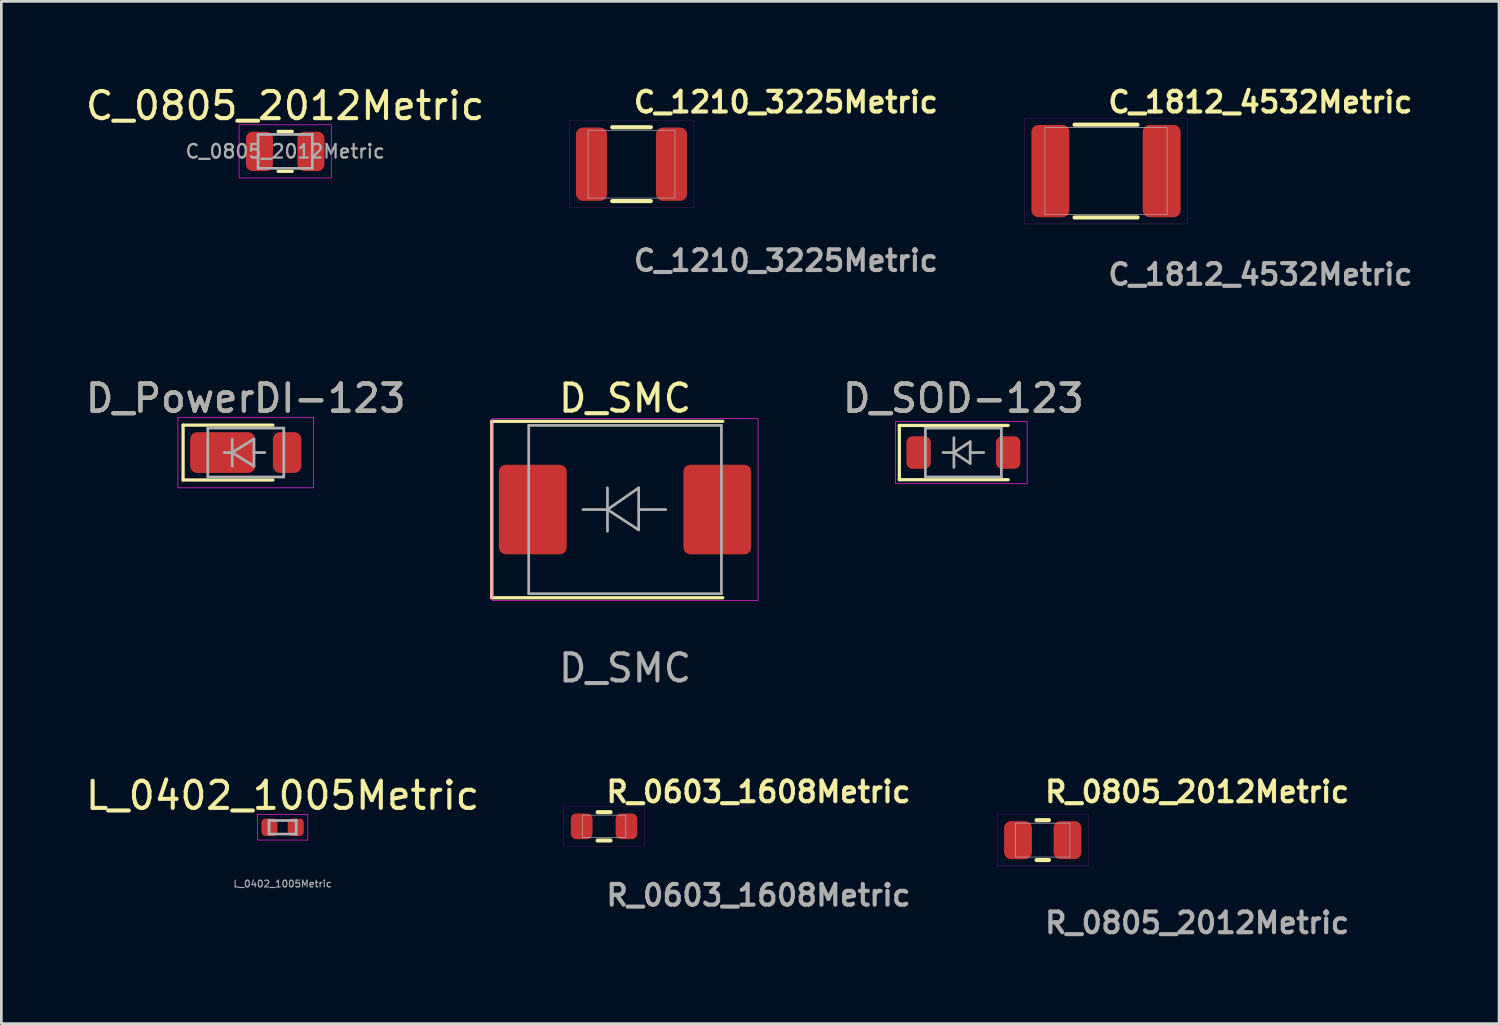
<source format=kicad_pcb>
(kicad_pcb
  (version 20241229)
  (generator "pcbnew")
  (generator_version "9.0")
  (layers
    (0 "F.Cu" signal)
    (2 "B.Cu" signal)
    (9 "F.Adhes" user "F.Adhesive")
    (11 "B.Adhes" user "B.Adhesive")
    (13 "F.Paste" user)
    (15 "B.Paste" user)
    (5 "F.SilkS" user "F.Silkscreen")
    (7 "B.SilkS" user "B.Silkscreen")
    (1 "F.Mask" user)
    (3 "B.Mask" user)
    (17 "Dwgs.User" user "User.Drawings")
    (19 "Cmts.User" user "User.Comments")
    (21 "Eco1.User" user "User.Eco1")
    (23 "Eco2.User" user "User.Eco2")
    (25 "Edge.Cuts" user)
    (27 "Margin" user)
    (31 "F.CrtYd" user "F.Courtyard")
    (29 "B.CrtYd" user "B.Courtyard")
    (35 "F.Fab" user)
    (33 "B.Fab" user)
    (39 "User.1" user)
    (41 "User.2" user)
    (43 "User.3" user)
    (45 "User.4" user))
  (footprint "D_SOD-123"
    (layer "F.Cu")
    (at 32.448 13.625)
    (property "Reference" "D_SOD-123" (at 0 -2 0) (layer "F.SilkS") (effects (font (size 1 1) (thickness 0.15))))
    (attr smd)
    (fp_line (start -2.36 -1) (end -2.36 1) (stroke (width 0.12) (type solid)) (layer "F.SilkS"))
    (fp_line (start -2.36 -1) (end 1.65 -1) (stroke (width 0.12) (type solid)) (layer "F.SilkS"))
    (fp_line (start -2.36 1) (end 1.65 1) (stroke (width 0.12) (type solid)) (layer "F.SilkS"))
    (fp_poly (pts (xy -2.5 -1.15) (xy 2.35 -1.15) (xy 2.35 1.15) (xy -2.5 1.15)) (stroke (width 0.025) (type solid)) (fill no) (layer "F.CrtYd"))
    (fp_line (start -1.4 -0.9) (end 1.4 -0.9) (stroke (width 0.1) (type solid)) (layer "F.Fab"))
    (fp_line (start -1.4 0.9) (end -1.4 -0.9) (stroke (width 0.1) (type solid)) (layer "F.Fab"))
    (fp_line (start -0.75 0) (end -0.35 0) (stroke (width 0.1) (type solid)) (layer "F.Fab"))
    (fp_line (start -0.35 0) (end -0.35 -0.55) (stroke (width 0.1) (type solid)) (layer "F.Fab"))
    (fp_line (start -0.35 0) (end -0.35 0.55) (stroke (width 0.1) (type solid)) (layer "F.Fab"))
    (fp_line (start -0.35 0) (end 0.25 -0.4) (stroke (width 0.1) (type solid)) (layer "F.Fab"))
    (fp_line (start 0.25 -0.4) (end 0.25 0.4) (stroke (width 0.1) (type solid)) (layer "F.Fab"))
    (fp_line (start 0.25 0) (end 0.75 0) (stroke (width 0.1) (type solid)) (layer "F.Fab"))
    (fp_line (start 0.25 0.4) (end -0.35 0) (stroke (width 0.1) (type solid)) (layer "F.Fab"))
    (fp_line (start 1.4 -0.9) (end 1.4 0.9) (stroke (width 0.1) (type solid)) (layer "F.Fab"))
    (fp_line (start 1.4 0.9) (end -1.4 0.9) (stroke (width 0.1) (type solid)) (layer "F.Fab"))
    (fp_text user "${REFERENCE}" (at 0 -2 0) (layer "F.Fab") (effects (font (size 1 1) (thickness 0.15))))
    (pad "1" smd roundrect (at -1.65 0) (size 0.9 1.2) (layers "F.Cu" "F.Mask" "F.Paste") (roundrect_rratio 0.25))
    (pad "2" smd roundrect (at 1.65 0) (size 0.9 1.2) (layers "F.Cu" "F.Mask" "F.Paste") (roundrect_rratio 0.25)))
  (footprint "C_1210_3225Metric"
    (layer "F.Cu")
    (at 20.22 2.999)
    (property "Reference" "C_1210_3225Metric" (at 0 -2.286 0) (layer "F.SilkS") (effects (font (size 0.762 0.762) (thickness 0.152)) (justify left)))
    (attr smd)
    (fp_line (start -0.711 -1.36) (end 0.711 -1.36) (stroke (width 0.152) (type solid)) (layer "F.SilkS"))
    (fp_line (start -0.711 1.36) (end 0.711 1.36) (stroke (width 0.152) (type solid)) (layer "F.SilkS"))
    (fp_poly (pts (xy -2.3 -1.6) (xy 2.3 -1.6) (xy 2.3 1.6) (xy -2.3 1.6)) (stroke (width 0.006) (type solid)) (fill no) (layer "F.CrtYd"))
    (fp_rect (start -1.6 -1.25) (end 1.6 1.25) (stroke (width 0.025) (type default)) (fill no) (layer "F.Fab"))
    (fp_text user "${REFERENCE}" (at 0 3.556 0) (layer "F.Fab") (effects (font (size 0.762 0.762) (thickness 0.152) (bold yes)) (justify left)))
    (pad "1" smd roundrect (at -1.475 0) (size 1.15 2.7) (layers "F.Cu" "F.Mask" "F.Paste") (roundrect_rratio 0.217))
    (pad "2" smd roundrect (at 1.475 0) (size 1.15 2.7) (layers "F.Cu" "F.Mask" "F.Paste") (roundrect_rratio 0.217)))
  (footprint "D_SMC"
    (layer "F.Cu")
    (at 19.982 15.725)
    (property "Reference" "D_SMC" (at 0 -4.1 0) (layer "F.SilkS") (effects (font (size 1 1) (thickness 0.15))))
    (attr smd)
    (fp_line (start -4.91 -3.25) (end 3.6 -3.25) (stroke (width 0.12) (type solid)) (layer "F.SilkS"))
    (fp_line (start -4.91 3.25) (end -4.91 -3.25) (stroke (width 0.12) (type solid)) (layer "F.SilkS"))
    (fp_line (start -4.91 3.25) (end 3.6 3.25) (stroke (width 0.12) (type solid)) (layer "F.SilkS"))
    (fp_poly (pts (xy 4.9 -3.35) (xy 4.9 3.35) (xy -4.9 3.35) (xy -4.9 -3.35)) (stroke (width 0.025) (type solid)) (fill no) (layer "F.CrtYd"))
    (fp_line (start -3.55 3.1) (end -3.55 -3.1) (stroke (width 0.1) (type solid)) (layer "F.Fab"))
    (fp_line (start -0.649 -0.799) (end -0.649 0.801) (stroke (width 0.1) (type solid)) (layer "F.Fab"))
    (fp_line (start -0.649 0.001) (end -1.551 0.001) (stroke (width 0.1) (type solid)) (layer "F.Fab"))
    (fp_line (start -0.649 0.001) (end 0.501 -0.799) (stroke (width 0.1) (type solid)) (layer "F.Fab"))
    (fp_line (start -0.649 0.001) (end 0.501 0.75) (stroke (width 0.1) (type solid)) (layer "F.Fab"))
    (fp_line (start 0.501 0.001) (end 1.499 0.001) (stroke (width 0.1) (type solid)) (layer "F.Fab"))
    (fp_line (start 0.501 0.75) (end 0.501 -0.799) (stroke (width 0.1) (type solid)) (layer "F.Fab"))
    (fp_line (start 3.55 -3.1) (end -3.55 -3.1) (stroke (width 0.1) (type solid)) (layer "F.Fab"))
    (fp_line (start 3.55 -3.1) (end 3.55 3.1) (stroke (width 0.1) (type solid)) (layer "F.Fab"))
    (fp_line (start 3.55 3.1) (end -3.55 3.1) (stroke (width 0.1) (type solid)) (layer "F.Fab"))
    (fp_text user "${REFERENCE}" (at 0 5.842 0) (layer "F.Fab") (effects (font (size 1 1) (thickness 0.15))))
    (pad "1" smd roundrect (at -3.4 0 90) (size 3.3 2.5) (layers "F.Cu" "F.Mask" "F.Paste") (roundrect_rratio 0.1))
    (pad "2" smd roundrect (at 3.4 0 90) (size 3.3 2.5) (layers "F.Cu" "F.Mask" "F.Paste") (roundrect_rratio 0.1)))
  (footprint "C_0805_2012Metric"
    (layer "F.Cu")
    (at 7.458 2.528)
    (property "Reference" "C_0805_2012Metric" (at 0 -1.68 0) (layer "F.SilkS") (effects (font (size 1 1) (thickness 0.15))))
    (attr smd)
    (fp_line (start -0.261 -0.735) (end 0.261 -0.735) (stroke (width 0.12) (type solid)) (layer "F.SilkS"))
    (fp_line (start -0.261 0.735) (end 0.261 0.735) (stroke (width 0.12) (type solid)) (layer "F.SilkS"))
    (fp_poly (pts (xy -1.7 -0.98) (xy 1.7 -0.98) (xy 1.7 0.98) (xy -1.7 0.98)) (stroke (width 0.025) (type solid)) (fill no) (layer "F.CrtYd"))
    (fp_line (start -1 -0.625) (end 1 -0.625) (stroke (width 0.1) (type solid)) (layer "F.Fab"))
    (fp_line (start -1 0.625) (end -1 -0.625) (stroke (width 0.1) (type solid)) (layer "F.Fab"))
    (fp_line (start 1 -0.625) (end 1 0.625) (stroke (width 0.1) (type solid)) (layer "F.Fab"))
    (fp_line (start 1 0.625) (end -1 0.625) (stroke (width 0.1) (type solid)) (layer "F.Fab"))
    (fp_text user "${REFERENCE}" (at 0 0 0) (layer "F.Fab") (effects (font (size 0.5 0.5) (thickness 0.08))))
    (pad "1" smd roundrect (at -0.95 0) (size 1 1.45) (layers "F.Cu" "F.Mask" "F.Paste") (roundrect_rratio 0.25))
    (pad "2" smd roundrect (at 0.95 0) (size 1 1.45) (layers "F.Cu" "F.Mask" "F.Paste") (roundrect_rratio 0.25)))
  (footprint "R_0805_2012Metric"
    (layer "F.Cu")
    (at 35.373 27.906)
    (property "Reference" "R_0805_2012Metric" (at 0 -1.778 0) (layer "F.SilkS") (effects (font (size 0.762 0.762) (thickness 0.152)) (justify left)))
    (attr smd)
    (fp_line (start -0.227 -0.735) (end 0.227 -0.735) (stroke (width 0.152) (type solid)) (layer "F.SilkS"))
    (fp_line (start -0.227 0.735) (end 0.227 0.735) (stroke (width 0.152) (type solid)) (layer "F.SilkS"))
    (fp_poly (pts (xy -1.68 -0.95) (xy 1.68 -0.95) (xy 1.68 0.95) (xy -1.68 0.95)) (stroke (width 0.006) (type solid)) (fill no) (layer "F.CrtYd"))
    (fp_rect (start -1 -0.625) (end 1 0.625) (stroke (width 0.025) (type default)) (fill no) (layer "F.Fab"))
    (fp_text user "${REFERENCE}" (at 0 3.048 0) (layer "F.Fab") (effects (font (size 0.762 0.762) (thickness 0.152) (bold yes)) (justify left)))
    (pad "1" smd roundrect (at -0.912 0) (size 1.025 1.4) (layers "F.Cu" "F.Mask" "F.Paste") (roundrect_rratio 0.244))
    (pad "2" smd roundrect (at 0.912 0) (size 1.025 1.4) (layers "F.Cu" "F.Mask" "F.Paste") (roundrect_rratio 0.244)))
  (footprint "D_PowerDI-123"
    (layer "F.Cu")
    (at 6.006 13.625)
    (property "Reference" "D_PowerDI-123" (at 0 -2 0) (layer "F.SilkS") (effects (font (size 1 1) (thickness 0.15))))
    (attr smd)
    (fp_line (start -2.31 1.01) (end -2.31 -1.01) (stroke (width 0.12) (type solid)) (layer "F.SilkS"))
    (fp_line (start -2.31 1.01) (end 1 1.01) (stroke (width 0.12) (type solid)) (layer "F.SilkS"))
    (fp_line (start 1 -1.01) (end -2.31 -1.01) (stroke (width 0.12) (type solid)) (layer "F.SilkS"))
    (fp_poly (pts (xy -2.5 -1.3) (xy 2.5 -1.3) (xy 2.5 1.3) (xy -2.5 1.3)) (stroke (width 0.025) (type solid)) (fill no) (layer "F.CrtYd"))
    (fp_line (start -1.4 -0.9) (end 1.4 -0.9) (stroke (width 0.1) (type solid)) (layer "F.Fab"))
    (fp_line (start -1.4 0.9) (end -1.4 -0.9) (stroke (width 0.1) (type solid)) (layer "F.Fab"))
    (fp_line (start -0.8 0) (end -0.5 0) (stroke (width 0.1) (type solid)) (layer "F.Fab"))
    (fp_line (start -0.5 0) (end -0.5 -0.5) (stroke (width 0.1) (type solid)) (layer "F.Fab"))
    (fp_line (start -0.5 0) (end -0.5 0.5) (stroke (width 0.1) (type solid)) (layer "F.Fab"))
    (fp_line (start -0.5 0) (end 0.3 0.5) (stroke (width 0.1) (type solid)) (layer "F.Fab"))
    (fp_line (start 0.3 -0.5) (end -0.5 0) (stroke (width 0.1) (type solid)) (layer "F.Fab"))
    (fp_line (start 0.3 0) (end 0.7 0) (stroke (width 0.1) (type solid)) (layer "F.Fab"))
    (fp_line (start 0.3 0.5) (end 0.3 -0.5) (stroke (width 0.1) (type solid)) (layer "F.Fab"))
    (fp_line (start 1.4 -0.9) (end 1.4 0.9) (stroke (width 0.1) (type solid)) (layer "F.Fab"))
    (fp_line (start 1.4 0.9) (end -1.4 0.9) (stroke (width 0.1) (type solid)) (layer "F.Fab"))
    (fp_text user "${REFERENCE}" (at 0 -2 0) (layer "F.Fab") (effects (font (size 1 1) (thickness 0.15))))
    (pad "1" smd roundrect (at -0.85 0 180) (size 2.4 1.5) (layers "F.Cu" "F.Mask" "F.Paste") (roundrect_rratio 0.167))
    (pad "2" smd roundrect (at 1.525 0 180) (size 1.05 1.5) (layers "F.Cu" "F.Mask" "F.Paste") (roundrect_rratio 0.238)))
  (footprint "C_1812_4532Metric"
    (layer "F.Cu")
    (at 37.704 3.253)
    (property "Reference" "C_1812_4532Metric" (at 0 -2.54 0) (layer "F.SilkS") (effects (font (size 0.762 0.762) (thickness 0.152)) (justify left)))
    (attr smd)
    (fp_line (start -1.161 -1.71) (end 1.161 -1.71) (stroke (width 0.152) (type solid)) (layer "F.SilkS"))
    (fp_line (start -1.161 1.71) (end 1.161 1.71) (stroke (width 0.152) (type solid)) (layer "F.SilkS"))
    (fp_poly (pts (xy -3 -1.95) (xy 3 -1.95) (xy 3 1.95) (xy -3 1.95)) (stroke (width 0.006) (type solid)) (fill no) (layer "F.CrtYd"))
    (fp_rect (start -2.25 -1.6) (end 2.25 1.6) (stroke (width 0.025) (type default)) (fill no) (layer "F.Fab"))
    (fp_text user "${REFERENCE}" (at 0 3.81 0) (layer "F.Fab") (effects (font (size 0.762 0.762) (thickness 0.152)) (justify left)))
    (pad "1" smd roundrect (at -2.05 0) (size 1.4 3.4) (layers "F.Cu" "F.Mask" "F.Paste") (roundrect_rratio 0.179))
    (pad "2" smd roundrect (at 2.05 0) (size 1.4 3.4) (layers "F.Cu" "F.Mask" "F.Paste") (roundrect_rratio 0.179)))
  (footprint "L_0402_1005Metric"
    (layer "F.Cu")
    (at 7.363 27.433)
    (property "Reference" "L_0402_1005Metric" (at 0 -1.17 0) (layer "F.SilkS") (effects (font (size 1 1) (thickness 0.15))))
    (attr smd)
    (fp_poly (pts (xy -0.93 -0.47) (xy 0.93 -0.47) (xy 0.93 0.47) (xy -0.93 0.47)) (stroke (width 0.025) (type solid)) (fill no) (layer "F.CrtYd"))
    (fp_line (start -0.5 -0.25) (end 0.5 -0.25) (stroke (width 0.1) (type solid)) (layer "F.Fab"))
    (fp_line (start -0.5 0.25) (end -0.5 -0.25) (stroke (width 0.1) (type solid)) (layer "F.Fab"))
    (fp_line (start 0.5 -0.25) (end 0.5 0.25) (stroke (width 0.1) (type solid)) (layer "F.Fab"))
    (fp_line (start 0.5 0.25) (end -0.5 0.25) (stroke (width 0.1) (type solid)) (layer "F.Fab"))
    (fp_text user "${REFERENCE}" (at 0 2.083 0) (layer "F.Fab") (effects (font (size 0.25 0.25) (thickness 0.04))))
    (pad "1" smd roundrect (at -0.485 0) (size 0.59 0.64) (layers "F.Cu" "F.Mask" "F.Paste") (roundrect_rratio 0.25))
    (pad "2" smd roundrect (at 0.485 0) (size 0.59 0.64) (layers "F.Cu" "F.Mask" "F.Paste") (roundrect_rratio 0.25)))
  (footprint "R_0603_1608Metric"
    (layer "F.Cu")
    (at 19.209 27.398)
    (property "Reference" "R_0603_1608Metric" (at 0 -1.27 0) (layer "F.SilkS") (effects (font (size 0.762 0.762) (thickness 0.152)) (justify left)))
    (attr smd)
    (fp_line (start -0.237 -0.522) (end 0.237 -0.522) (stroke (width 0.152) (type solid)) (layer "F.SilkS"))
    (fp_line (start -0.237 0.522) (end 0.237 0.522) (stroke (width 0.152) (type solid)) (layer "F.SilkS"))
    (fp_poly (pts (xy -1.48 -0.73) (xy 1.48 -0.73) (xy 1.48 0.73) (xy -1.48 0.73)) (stroke (width 0.006) (type solid)) (fill no) (layer "F.CrtYd"))
    (fp_rect (start -0.8 -0.412) (end 0.8 0.412) (stroke (width 0.025) (type default)) (fill no) (layer "F.Fab"))
    (fp_text user "${REFERENCE}" (at 0 2.54 0) (layer "F.Fab") (effects (font (size 0.762 0.762) (thickness 0.152) (bold yes)) (justify left)))
    (pad "1" smd roundrect (at -0.825 0) (size 0.8 0.95) (layers "F.Cu" "F.Mask" "F.Paste") (roundrect_rratio 0.25))
    (pad "2" smd roundrect (at 0.825 0) (size 0.8 0.95) (layers "F.Cu" "F.Mask" "F.Paste") (roundrect_rratio 0.25)))
  (gr_rect
    (start -3 -3)
    (end 52.185 34.667)
    (stroke (width 0.1) (type default))
    (fill no)
    (layer "Edge.Cuts")))
</source>
